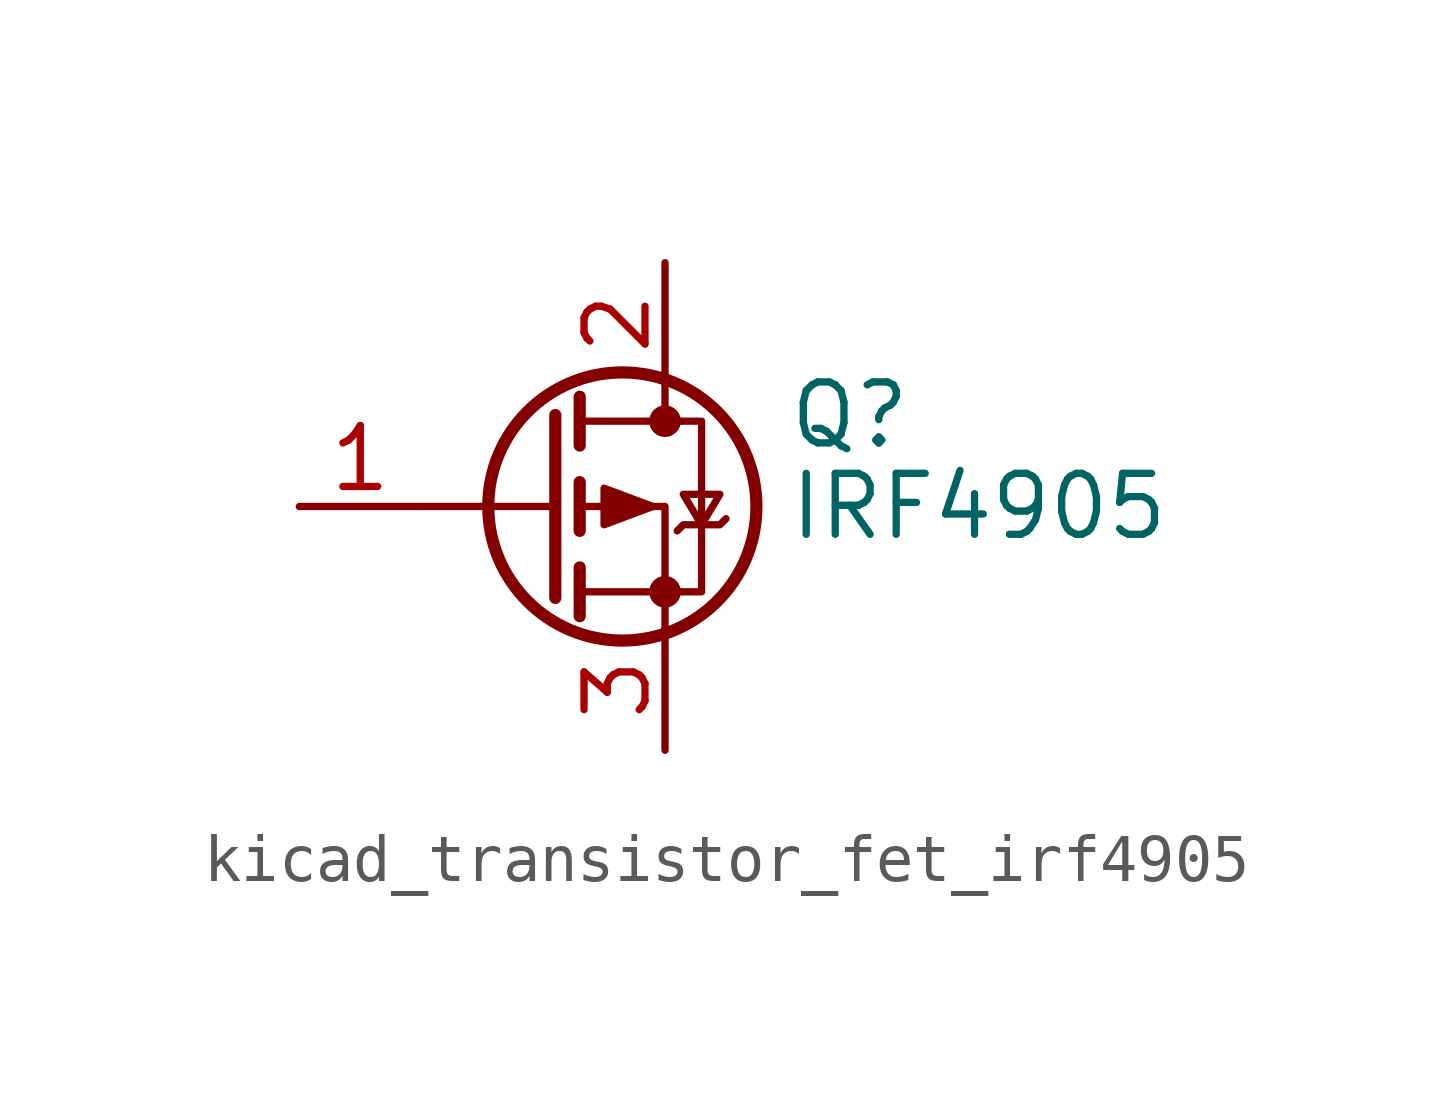
<source format=kicad_sym>
(kicad_symbol_lib
  (version 20220914)
  (generator kicad_symbol_editor)
  (symbol "kicad_transistor_fet_irf4905"
    (pin_names hide)
    (property "Reference" "Q"
      (at 5.08 1.905 0)
      (effects (font (size 1.27 1.27)) (justify left)))
    (property "Value" "IRF4905"
      (at 5.08 0 0)
      (effects (font (size 1.27 1.27)) (justify left)))
    (symbol "kicad_transistor_fet_irf4905_0_1"
      (polyline (pts (xy 0.254 0) (xy -2.54 0)) (stroke (width 0) (type default)) (fill (type none)))
      (polyline (pts (xy 0.254 1.905) (xy 0.254 -1.905)) (stroke (width 0.254) (type default)) (fill (type none)))
      (polyline (pts (xy 0.762 -1.27) (xy 0.762 -2.286)) (stroke (width 0.254) (type default)) (fill (type none)))
      (polyline (pts (xy 0.762 0.508) (xy 0.762 -0.508)) (stroke (width 0.254) (type default)) (fill (type none)))
      (polyline (pts (xy 0.762 2.286) (xy 0.762 1.27)) (stroke (width 0.254) (type default)) (fill (type none)))
      (polyline (pts (xy 2.54 2.54) (xy 2.54 1.778)) (stroke (width 0) (type default)) (fill (type none)))
      (polyline (pts (xy 2.54 -2.54) (xy 2.54 0) (xy 0.762 0)) (stroke (width 0) (type default)) (fill (type none)))
      (polyline (pts (xy 0.762 1.778) (xy 3.302 1.778) (xy 3.302 -1.778) (xy 0.762 -1.778)) (stroke (width 0) (type default)) (fill (type none)))
      (polyline (pts (xy 2.286 0) (xy 1.27 0.381) (xy 1.27 -0.381) (xy 2.286 0)) (stroke (width 0) (type default)) (fill (type outline)))
      (polyline (pts (xy 2.794 -0.508) (xy 2.921 -0.381) (xy 3.683 -0.381) (xy 3.81 -0.254)) (stroke (width 0) (type default)) (fill (type none)))
      (polyline (pts (xy 3.302 -0.381) (xy 2.921 0.254) (xy 3.683 0.254) (xy 3.302 -0.381)) (stroke (width 0) (type default)) (fill (type none)))
      (circle (center 1.651 0) (radius 2.794) (stroke (width 0.254) (type default)) (fill (type none)))
      (circle (center 2.54 -1.778) (radius 0.254) (stroke (width 0) (type default)) (fill (type outline)))
      (circle (center 2.54 1.778) (radius 0.254) (stroke (width 0) (type default)) (fill (type outline))))
    (symbol "kicad_transistor_fet_irf4905_1_1"
      (pin input line (at -5.08 0 0) (length 2.54) (name "G" (effects (font (size 1.27 1.27)))) (number "1" (effects (font (size 1.27 1.27)))))
      (pin passive line (at 2.54 5.08 270) (length 2.54) (name "D" (effects (font (size 1.27 1.27)))) (number "2" (effects (font (size 1.27 1.27)))))
      (pin passive line (at 2.54 -5.08 90) (length 2.54) (name "S" (effects (font (size 1.27 1.27)))) (number "3" (effects (font (size 1.27 1.27))))))))
</source>
